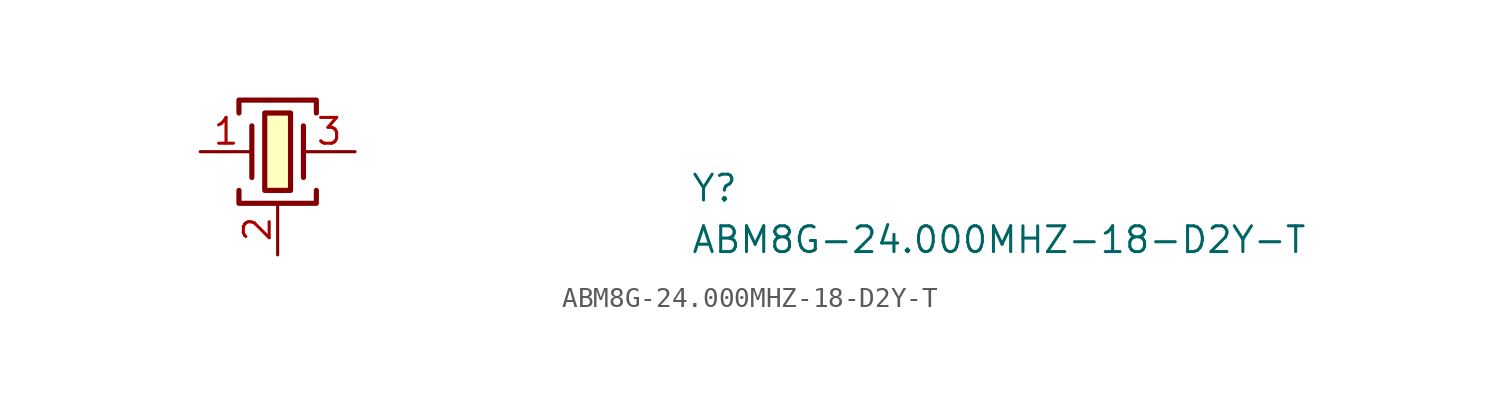
<source format=kicad_sym>
(kicad_symbol_lib
  (version 20211014)
  (generator kicad_symbol_editor)
  (symbol "ABM8G-24.000MHZ-18-D2Y-T"
    (pin_names hide)
    (property "Reference" "Y"
      (at 24.13 -2.54 0)
      (effects (font (size 1.27 1.27) (thickness 0.15)) (justify left bottom)))
    (property "Value" "ABM8G-24.000MHZ-18-D2Y-T"
      (at 24.13 -5.08 0)
      (effects (font (size 1.27 1.27) (thickness 0.15)) (justify left bottom)))
    (symbol "ABM8G-24.000MHZ-18-D2Y-T_1_1"
      (polyline (pts (xy 2.54 1.27) (xy 2.54 -1.27)) (stroke (width 0.254) (type default) (color 0 0 0 0)) (fill (type background)))
      (polyline (pts (xy 5.08 1.27) (xy 5.08 -1.27)) (stroke (width 0.254) (type default) (color 0 0 0 0)) (fill (type background)))
      (polyline (pts (xy 1.905 -1.905) (xy 1.905 -2.54) (xy 5.715 -2.54) (xy 5.715 -1.905)) (stroke (width 0.254) (type default) (color 0 0 0 0)) (fill (type none)))
      (polyline (pts (xy 1.905 1.905) (xy 1.905 2.54) (xy 5.715 2.54) (xy 5.715 1.905)) (stroke (width 0.254) (type default) (color 0 0 0 0)) (fill (type none)))
      (rectangle (start 3.175 1.905) (end 4.445 -1.905) (stroke (width 0.254) (type default) (color 0 0 0 0)) (fill (type background)))
      (pin passive line (at 0 0 0) (length 2.54) (name "~" (effects (font (size 1.27 1.27)))) (number "1" (effects (font (size 1.27 1.27)))))
      (pin passive line (at 3.81 -5.08 90) (length 2.54) (name "SH" (effects (font (size 1.27 1.27)))) (number "2" (effects (font (size 1.27 1.27)))))
      (pin passive line (at 7.62 0 180) (length 2.54) (name "~" (effects (font (size 1.27 1.27)))) (number "3" (effects (font (size 1.27 1.27)))))
      (pin passive line (at 3.81 -5.08 90) (length 2.54) hide (name "SH" (effects (font (size 1.27 1.27)))) (number "4" (effects (font (size 1.27 1.27))))))))
</source>
